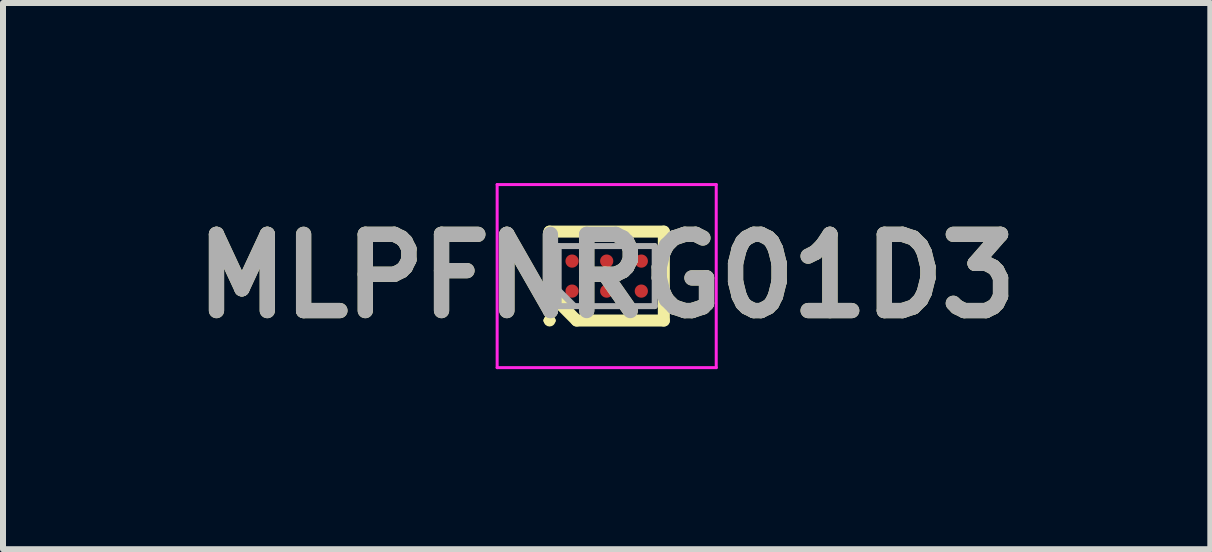
<source format=kicad_pcb>
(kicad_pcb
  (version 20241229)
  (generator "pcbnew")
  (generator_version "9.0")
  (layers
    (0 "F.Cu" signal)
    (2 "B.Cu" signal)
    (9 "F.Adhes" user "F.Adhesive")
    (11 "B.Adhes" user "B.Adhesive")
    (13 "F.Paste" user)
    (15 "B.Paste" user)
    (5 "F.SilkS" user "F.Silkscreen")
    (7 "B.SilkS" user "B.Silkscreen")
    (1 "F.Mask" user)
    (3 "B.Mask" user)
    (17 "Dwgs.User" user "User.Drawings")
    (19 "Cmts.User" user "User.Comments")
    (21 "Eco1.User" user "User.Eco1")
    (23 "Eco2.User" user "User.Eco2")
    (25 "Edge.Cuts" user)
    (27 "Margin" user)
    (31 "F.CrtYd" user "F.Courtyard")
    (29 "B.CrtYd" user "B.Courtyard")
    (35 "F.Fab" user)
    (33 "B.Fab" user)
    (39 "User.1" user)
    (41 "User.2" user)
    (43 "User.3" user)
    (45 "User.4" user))
  (footprint "MLPFNRG01D3"
    (layer "F.Cu")
    (at 7.058 1.55)
    (property "Reference" "MLPFNRG01D3" (at 0 0 0) (layer "F.SilkS") (effects (font (size 1.27 1.27) (thickness 0.254))))
    (attr smd)
    (fp_line (start -1.002 0.74) (end -1.002 0.74) (stroke (width 0.1) (type solid)) (layer "F.SilkS"))
    (fp_line (start -0.952 -0.741) (end -0.952 0.288) (stroke (width 0.2) (type solid)) (layer "F.SilkS"))
    (fp_line (start -0.952 0.288) (end -0.5 0.74) (stroke (width 0.2) (type solid)) (layer "F.SilkS"))
    (fp_line (start -0.902 0.74) (end -0.902 0.74) (stroke (width 0.1) (type solid)) (layer "F.SilkS"))
    (fp_line (start -0.5 0.74) (end 0.952 0.74) (stroke (width 0.2) (type solid)) (layer "F.SilkS"))
    (fp_line (start 0.952 -0.741) (end -0.952 -0.741) (stroke (width 0.2) (type solid)) (layer "F.SilkS"))
    (fp_line (start 0.952 0.74) (end 0.952 -0.741) (stroke (width 0.2) (type solid)) (layer "F.SilkS"))
    (fp_arc (start -1.002 0.74) (mid -0.952 0.69) (end -0.902 0.74) (stroke (width 0.1) (type solid)) (layer "F.SilkS"))
    (fp_arc (start -0.902 0.74) (mid -0.952 0.79) (end -1.002 0.74) (stroke (width 0.1) (type solid)) (layer "F.SilkS"))
    (fp_line (start -1.825 -1.525) (end -1.825 1.525) (stroke (width 0.05) (type solid)) (layer "F.CrtYd"))
    (fp_line (start -1.825 1.525) (end 1.825 1.525) (stroke (width 0.05) (type solid)) (layer "F.CrtYd"))
    (fp_line (start 1.825 -1.525) (end -1.825 -1.525) (stroke (width 0.05) (type solid)) (layer "F.CrtYd"))
    (fp_line (start 1.825 1.525) (end 1.825 -1.525) (stroke (width 0.05) (type solid)) (layer "F.CrtYd"))
    (fp_line (start -0.8 -0.5) (end -0.8 0.5) (stroke (width 0.1) (type solid)) (layer "F.Fab"))
    (fp_line (start -0.8 0.238) (end -0.538 0.5) (stroke (width 0.1) (type solid)) (layer "F.Fab"))
    (fp_line (start -0.8 0.5) (end 0.8 0.5) (stroke (width 0.1) (type solid)) (layer "F.Fab"))
    (fp_line (start 0.8 -0.5) (end -0.8 -0.5) (stroke (width 0.1) (type solid)) (layer "F.Fab"))
    (fp_line (start 0.8 0.5) (end 0.8 -0.5) (stroke (width 0.1) (type solid)) (layer "F.Fab"))
    (fp_text user "${REFERENCE}" (at 0 0 0) (layer "F.Fab") (effects (font (size 1.27 1.27) (thickness 0.254))))
    (pad "A1" smd circle (at -0.577 0.25 90) (size 0.22 0.22) (layers "F.Cu" "F.Mask" "F.Paste"))
    (pad "A2" smd circle (at 0 0.25 90) (size 0.22 0.22) (layers "F.Cu" "F.Mask" "F.Paste"))
    (pad "A3" smd circle (at 0.577 0.25 90) (size 0.22 0.22) (layers "F.Cu" "F.Mask" "F.Paste"))
    (pad "B1" smd circle (at -0.577 -0.25 90) (size 0.22 0.22) (layers "F.Cu" "F.Mask" "F.Paste"))
    (pad "B2" smd circle (at 0 -0.25 90) (size 0.22 0.22) (layers "F.Cu" "F.Mask" "F.Paste"))
    (pad "B3" smd circle (at 0.577 -0.25 90) (size 0.22 0.22) (layers "F.Cu" "F.Mask" "F.Paste")))
  (gr_rect
    (start -3 -3)
    (end 17.115 6.1)
    (stroke (width 0.1) (type default))
    (fill no)
    (layer "Edge.Cuts")))
</source>
